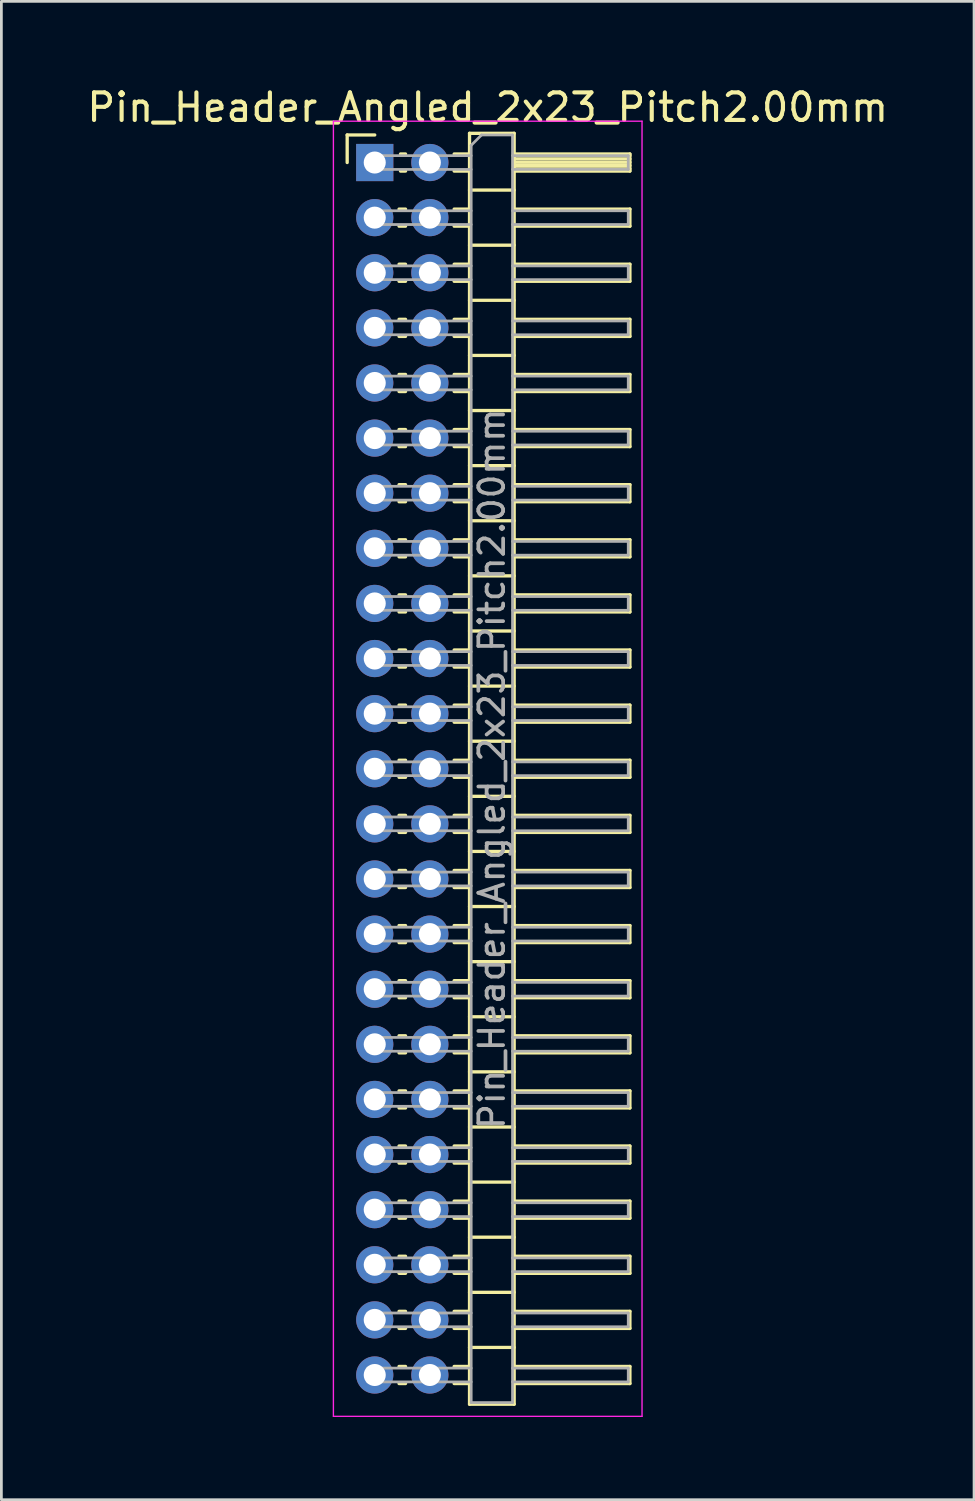
<source format=kicad_pcb>
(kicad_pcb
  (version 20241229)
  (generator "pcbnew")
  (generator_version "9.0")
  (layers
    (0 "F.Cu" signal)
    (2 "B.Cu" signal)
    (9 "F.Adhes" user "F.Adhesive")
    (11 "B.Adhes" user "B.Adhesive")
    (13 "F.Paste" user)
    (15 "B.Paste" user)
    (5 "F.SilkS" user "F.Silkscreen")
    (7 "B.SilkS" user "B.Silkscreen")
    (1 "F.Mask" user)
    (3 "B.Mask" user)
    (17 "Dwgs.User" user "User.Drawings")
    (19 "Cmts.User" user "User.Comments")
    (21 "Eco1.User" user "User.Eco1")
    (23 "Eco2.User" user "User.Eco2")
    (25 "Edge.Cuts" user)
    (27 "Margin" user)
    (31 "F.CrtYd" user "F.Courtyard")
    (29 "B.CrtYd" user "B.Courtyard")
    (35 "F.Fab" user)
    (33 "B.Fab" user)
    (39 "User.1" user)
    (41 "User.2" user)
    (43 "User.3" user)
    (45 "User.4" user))
  (footprint "Pin_Header_Angled_2x23_Pitch2.00mm"
    (layer "F.Cu")
    (at 10.549 2.848)
    (property "Reference" "Pin_Header_Angled_2x23_Pitch2.00mm" (at 4.1 -2 0) (layer "F.SilkS") (effects (font (size 1 1) (thickness 0.15))))
    (attr through_hole)
    (fp_line (start -1 -1) (end 0 -1) (stroke (width 0.12) (type solid)) (layer "F.SilkS"))
    (fp_line (start -1 0) (end -1 -1) (stroke (width 0.12) (type solid)) (layer "F.SilkS"))
    (fp_line (start 0.882 1.69) (end 1.118 1.69) (stroke (width 0.12) (type solid)) (layer "F.SilkS"))
    (fp_line (start 0.882 2.31) (end 1.118 2.31) (stroke (width 0.12) (type solid)) (layer "F.SilkS"))
    (fp_line (start 0.882 3.69) (end 1.118 3.69) (stroke (width 0.12) (type solid)) (layer "F.SilkS"))
    (fp_line (start 0.882 4.31) (end 1.118 4.31) (stroke (width 0.12) (type solid)) (layer "F.SilkS"))
    (fp_line (start 0.882 5.69) (end 1.118 5.69) (stroke (width 0.12) (type solid)) (layer "F.SilkS"))
    (fp_line (start 0.882 6.31) (end 1.118 6.31) (stroke (width 0.12) (type solid)) (layer "F.SilkS"))
    (fp_line (start 0.882 7.69) (end 1.118 7.69) (stroke (width 0.12) (type solid)) (layer "F.SilkS"))
    (fp_line (start 0.882 8.31) (end 1.118 8.31) (stroke (width 0.12) (type solid)) (layer "F.SilkS"))
    (fp_line (start 0.882 9.69) (end 1.118 9.69) (stroke (width 0.12) (type solid)) (layer "F.SilkS"))
    (fp_line (start 0.882 10.31) (end 1.118 10.31) (stroke (width 0.12) (type solid)) (layer "F.SilkS"))
    (fp_line (start 0.882 11.69) (end 1.118 11.69) (stroke (width 0.12) (type solid)) (layer "F.SilkS"))
    (fp_line (start 0.882 12.31) (end 1.118 12.31) (stroke (width 0.12) (type solid)) (layer "F.SilkS"))
    (fp_line (start 0.882 13.69) (end 1.118 13.69) (stroke (width 0.12) (type solid)) (layer "F.SilkS"))
    (fp_line (start 0.882 14.31) (end 1.118 14.31) (stroke (width 0.12) (type solid)) (layer "F.SilkS"))
    (fp_line (start 0.882 15.69) (end 1.118 15.69) (stroke (width 0.12) (type solid)) (layer "F.SilkS"))
    (fp_line (start 0.882 16.31) (end 1.118 16.31) (stroke (width 0.12) (type solid)) (layer "F.SilkS"))
    (fp_line (start 0.882 17.69) (end 1.118 17.69) (stroke (width 0.12) (type solid)) (layer "F.SilkS"))
    (fp_line (start 0.882 18.31) (end 1.118 18.31) (stroke (width 0.12) (type solid)) (layer "F.SilkS"))
    (fp_line (start 0.882 19.69) (end 1.118 19.69) (stroke (width 0.12) (type solid)) (layer "F.SilkS"))
    (fp_line (start 0.882 20.31) (end 1.118 20.31) (stroke (width 0.12) (type solid)) (layer "F.SilkS"))
    (fp_line (start 0.882 21.69) (end 1.118 21.69) (stroke (width 0.12) (type solid)) (layer "F.SilkS"))
    (fp_line (start 0.882 22.31) (end 1.118 22.31) (stroke (width 0.12) (type solid)) (layer "F.SilkS"))
    (fp_line (start 0.882 23.69) (end 1.118 23.69) (stroke (width 0.12) (type solid)) (layer "F.SilkS"))
    (fp_line (start 0.882 24.31) (end 1.118 24.31) (stroke (width 0.12) (type solid)) (layer "F.SilkS"))
    (fp_line (start 0.882 25.69) (end 1.118 25.69) (stroke (width 0.12) (type solid)) (layer "F.SilkS"))
    (fp_line (start 0.882 26.31) (end 1.118 26.31) (stroke (width 0.12) (type solid)) (layer "F.SilkS"))
    (fp_line (start 0.882 27.69) (end 1.118 27.69) (stroke (width 0.12) (type solid)) (layer "F.SilkS"))
    (fp_line (start 0.882 28.31) (end 1.118 28.31) (stroke (width 0.12) (type solid)) (layer "F.SilkS"))
    (fp_line (start 0.882 29.69) (end 1.118 29.69) (stroke (width 0.12) (type solid)) (layer "F.SilkS"))
    (fp_line (start 0.882 30.31) (end 1.118 30.31) (stroke (width 0.12) (type solid)) (layer "F.SilkS"))
    (fp_line (start 0.882 31.69) (end 1.118 31.69) (stroke (width 0.12) (type solid)) (layer "F.SilkS"))
    (fp_line (start 0.882 32.31) (end 1.118 32.31) (stroke (width 0.12) (type solid)) (layer "F.SilkS"))
    (fp_line (start 0.882 33.69) (end 1.118 33.69) (stroke (width 0.12) (type solid)) (layer "F.SilkS"))
    (fp_line (start 0.882 34.31) (end 1.118 34.31) (stroke (width 0.12) (type solid)) (layer "F.SilkS"))
    (fp_line (start 0.882 35.69) (end 1.118 35.69) (stroke (width 0.12) (type solid)) (layer "F.SilkS"))
    (fp_line (start 0.882 36.31) (end 1.118 36.31) (stroke (width 0.12) (type solid)) (layer "F.SilkS"))
    (fp_line (start 0.882 37.69) (end 1.118 37.69) (stroke (width 0.12) (type solid)) (layer "F.SilkS"))
    (fp_line (start 0.882 38.31) (end 1.118 38.31) (stroke (width 0.12) (type solid)) (layer "F.SilkS"))
    (fp_line (start 0.882 39.69) (end 1.118 39.69) (stroke (width 0.12) (type solid)) (layer "F.SilkS"))
    (fp_line (start 0.882 40.31) (end 1.118 40.31) (stroke (width 0.12) (type solid)) (layer "F.SilkS"))
    (fp_line (start 0.882 41.69) (end 1.118 41.69) (stroke (width 0.12) (type solid)) (layer "F.SilkS"))
    (fp_line (start 0.882 42.31) (end 1.118 42.31) (stroke (width 0.12) (type solid)) (layer "F.SilkS"))
    (fp_line (start 0.882 43.69) (end 1.118 43.69) (stroke (width 0.12) (type solid)) (layer "F.SilkS"))
    (fp_line (start 0.882 44.31) (end 1.118 44.31) (stroke (width 0.12) (type solid)) (layer "F.SilkS"))
    (fp_line (start 0.935 -0.31) (end 1.118 -0.31) (stroke (width 0.12) (type solid)) (layer "F.SilkS"))
    (fp_line (start 0.935 0.31) (end 1.118 0.31) (stroke (width 0.12) (type solid)) (layer "F.SilkS"))
    (fp_line (start 2.882 -0.31) (end 3.44 -0.31) (stroke (width 0.12) (type solid)) (layer "F.SilkS"))
    (fp_line (start 2.882 0.31) (end 3.44 0.31) (stroke (width 0.12) (type solid)) (layer "F.SilkS"))
    (fp_line (start 2.882 1.69) (end 3.44 1.69) (stroke (width 0.12) (type solid)) (layer "F.SilkS"))
    (fp_line (start 2.882 2.31) (end 3.44 2.31) (stroke (width 0.12) (type solid)) (layer "F.SilkS"))
    (fp_line (start 2.882 3.69) (end 3.44 3.69) (stroke (width 0.12) (type solid)) (layer "F.SilkS"))
    (fp_line (start 2.882 4.31) (end 3.44 4.31) (stroke (width 0.12) (type solid)) (layer "F.SilkS"))
    (fp_line (start 2.882 5.69) (end 3.44 5.69) (stroke (width 0.12) (type solid)) (layer "F.SilkS"))
    (fp_line (start 2.882 6.31) (end 3.44 6.31) (stroke (width 0.12) (type solid)) (layer "F.SilkS"))
    (fp_line (start 2.882 7.69) (end 3.44 7.69) (stroke (width 0.12) (type solid)) (layer "F.SilkS"))
    (fp_line (start 2.882 8.31) (end 3.44 8.31) (stroke (width 0.12) (type solid)) (layer "F.SilkS"))
    (fp_line (start 2.882 9.69) (end 3.44 9.69) (stroke (width 0.12) (type solid)) (layer "F.SilkS"))
    (fp_line (start 2.882 10.31) (end 3.44 10.31) (stroke (width 0.12) (type solid)) (layer "F.SilkS"))
    (fp_line (start 2.882 11.69) (end 3.44 11.69) (stroke (width 0.12) (type solid)) (layer "F.SilkS"))
    (fp_line (start 2.882 12.31) (end 3.44 12.31) (stroke (width 0.12) (type solid)) (layer "F.SilkS"))
    (fp_line (start 2.882 13.69) (end 3.44 13.69) (stroke (width 0.12) (type solid)) (layer "F.SilkS"))
    (fp_line (start 2.882 14.31) (end 3.44 14.31) (stroke (width 0.12) (type solid)) (layer "F.SilkS"))
    (fp_line (start 2.882 15.69) (end 3.44 15.69) (stroke (width 0.12) (type solid)) (layer "F.SilkS"))
    (fp_line (start 2.882 16.31) (end 3.44 16.31) (stroke (width 0.12) (type solid)) (layer "F.SilkS"))
    (fp_line (start 2.882 17.69) (end 3.44 17.69) (stroke (width 0.12) (type solid)) (layer "F.SilkS"))
    (fp_line (start 2.882 18.31) (end 3.44 18.31) (stroke (width 0.12) (type solid)) (layer "F.SilkS"))
    (fp_line (start 2.882 19.69) (end 3.44 19.69) (stroke (width 0.12) (type solid)) (layer "F.SilkS"))
    (fp_line (start 2.882 20.31) (end 3.44 20.31) (stroke (width 0.12) (type solid)) (layer "F.SilkS"))
    (fp_line (start 2.882 21.69) (end 3.44 21.69) (stroke (width 0.12) (type solid)) (layer "F.SilkS"))
    (fp_line (start 2.882 22.31) (end 3.44 22.31) (stroke (width 0.12) (type solid)) (layer "F.SilkS"))
    (fp_line (start 2.882 23.69) (end 3.44 23.69) (stroke (width 0.12) (type solid)) (layer "F.SilkS"))
    (fp_line (start 2.882 24.31) (end 3.44 24.31) (stroke (width 0.12) (type solid)) (layer "F.SilkS"))
    (fp_line (start 2.882 25.69) (end 3.44 25.69) (stroke (width 0.12) (type solid)) (layer "F.SilkS"))
    (fp_line (start 2.882 26.31) (end 3.44 26.31) (stroke (width 0.12) (type solid)) (layer "F.SilkS"))
    (fp_line (start 2.882 27.69) (end 3.44 27.69) (stroke (width 0.12) (type solid)) (layer "F.SilkS"))
    (fp_line (start 2.882 28.31) (end 3.44 28.31) (stroke (width 0.12) (type solid)) (layer "F.SilkS"))
    (fp_line (start 2.882 29.69) (end 3.44 29.69) (stroke (width 0.12) (type solid)) (layer "F.SilkS"))
    (fp_line (start 2.882 30.31) (end 3.44 30.31) (stroke (width 0.12) (type solid)) (layer "F.SilkS"))
    (fp_line (start 2.882 31.69) (end 3.44 31.69) (stroke (width 0.12) (type solid)) (layer "F.SilkS"))
    (fp_line (start 2.882 32.31) (end 3.44 32.31) (stroke (width 0.12) (type solid)) (layer "F.SilkS"))
    (fp_line (start 2.882 33.69) (end 3.44 33.69) (stroke (width 0.12) (type solid)) (layer "F.SilkS"))
    (fp_line (start 2.882 34.31) (end 3.44 34.31) (stroke (width 0.12) (type solid)) (layer "F.SilkS"))
    (fp_line (start 2.882 35.69) (end 3.44 35.69) (stroke (width 0.12) (type solid)) (layer "F.SilkS"))
    (fp_line (start 2.882 36.31) (end 3.44 36.31) (stroke (width 0.12) (type solid)) (layer "F.SilkS"))
    (fp_line (start 2.882 37.69) (end 3.44 37.69) (stroke (width 0.12) (type solid)) (layer "F.SilkS"))
    (fp_line (start 2.882 38.31) (end 3.44 38.31) (stroke (width 0.12) (type solid)) (layer "F.SilkS"))
    (fp_line (start 2.882 39.69) (end 3.44 39.69) (stroke (width 0.12) (type solid)) (layer "F.SilkS"))
    (fp_line (start 2.882 40.31) (end 3.44 40.31) (stroke (width 0.12) (type solid)) (layer "F.SilkS"))
    (fp_line (start 2.882 41.69) (end 3.44 41.69) (stroke (width 0.12) (type solid)) (layer "F.SilkS"))
    (fp_line (start 2.882 42.31) (end 3.44 42.31) (stroke (width 0.12) (type solid)) (layer "F.SilkS"))
    (fp_line (start 2.882 43.69) (end 3.44 43.69) (stroke (width 0.12) (type solid)) (layer "F.SilkS"))
    (fp_line (start 2.882 44.31) (end 3.44 44.31) (stroke (width 0.12) (type solid)) (layer "F.SilkS"))
    (fp_line (start 3.44 -1.06) (end 3.44 45.06) (stroke (width 0.12) (type solid)) (layer "F.SilkS"))
    (fp_line (start 3.44 1) (end 5.06 1) (stroke (width 0.12) (type solid)) (layer "F.SilkS"))
    (fp_line (start 3.44 3) (end 5.06 3) (stroke (width 0.12) (type solid)) (layer "F.SilkS"))
    (fp_line (start 3.44 5) (end 5.06 5) (stroke (width 0.12) (type solid)) (layer "F.SilkS"))
    (fp_line (start 3.44 7) (end 5.06 7) (stroke (width 0.12) (type solid)) (layer "F.SilkS"))
    (fp_line (start 3.44 9) (end 5.06 9) (stroke (width 0.12) (type solid)) (layer "F.SilkS"))
    (fp_line (start 3.44 11) (end 5.06 11) (stroke (width 0.12) (type solid)) (layer "F.SilkS"))
    (fp_line (start 3.44 13) (end 5.06 13) (stroke (width 0.12) (type solid)) (layer "F.SilkS"))
    (fp_line (start 3.44 15) (end 5.06 15) (stroke (width 0.12) (type solid)) (layer "F.SilkS"))
    (fp_line (start 3.44 17) (end 5.06 17) (stroke (width 0.12) (type solid)) (layer "F.SilkS"))
    (fp_line (start 3.44 19) (end 5.06 19) (stroke (width 0.12) (type solid)) (layer "F.SilkS"))
    (fp_line (start 3.44 21) (end 5.06 21) (stroke (width 0.12) (type solid)) (layer "F.SilkS"))
    (fp_line (start 3.44 23) (end 5.06 23) (stroke (width 0.12) (type solid)) (layer "F.SilkS"))
    (fp_line (start 3.44 25) (end 5.06 25) (stroke (width 0.12) (type solid)) (layer "F.SilkS"))
    (fp_line (start 3.44 27) (end 5.06 27) (stroke (width 0.12) (type solid)) (layer "F.SilkS"))
    (fp_line (start 3.44 29) (end 5.06 29) (stroke (width 0.12) (type solid)) (layer "F.SilkS"))
    (fp_line (start 3.44 31) (end 5.06 31) (stroke (width 0.12) (type solid)) (layer "F.SilkS"))
    (fp_line (start 3.44 33) (end 5.06 33) (stroke (width 0.12) (type solid)) (layer "F.SilkS"))
    (fp_line (start 3.44 35) (end 5.06 35) (stroke (width 0.12) (type solid)) (layer "F.SilkS"))
    (fp_line (start 3.44 37) (end 5.06 37) (stroke (width 0.12) (type solid)) (layer "F.SilkS"))
    (fp_line (start 3.44 39) (end 5.06 39) (stroke (width 0.12) (type solid)) (layer "F.SilkS"))
    (fp_line (start 3.44 41) (end 5.06 41) (stroke (width 0.12) (type solid)) (layer "F.SilkS"))
    (fp_line (start 3.44 43) (end 5.06 43) (stroke (width 0.12) (type solid)) (layer "F.SilkS"))
    (fp_line (start 3.44 45.06) (end 5.06 45.06) (stroke (width 0.12) (type solid)) (layer "F.SilkS"))
    (fp_line (start 5.06 -1.06) (end 3.44 -1.06) (stroke (width 0.12) (type solid)) (layer "F.SilkS"))
    (fp_line (start 5.06 -0.31) (end 9.26 -0.31) (stroke (width 0.12) (type solid)) (layer "F.SilkS"))
    (fp_line (start 5.06 -0.25) (end 9.26 -0.25) (stroke (width 0.12) (type solid)) (layer "F.SilkS"))
    (fp_line (start 5.06 -0.13) (end 9.26 -0.13) (stroke (width 0.12) (type solid)) (layer "F.SilkS"))
    (fp_line (start 5.06 -0.01) (end 9.26 -0.01) (stroke (width 0.12) (type solid)) (layer "F.SilkS"))
    (fp_line (start 5.06 0.11) (end 9.26 0.11) (stroke (width 0.12) (type solid)) (layer "F.SilkS"))
    (fp_line (start 5.06 0.23) (end 9.26 0.23) (stroke (width 0.12) (type solid)) (layer "F.SilkS"))
    (fp_line (start 5.06 1.69) (end 9.26 1.69) (stroke (width 0.12) (type solid)) (layer "F.SilkS"))
    (fp_line (start 5.06 3.69) (end 9.26 3.69) (stroke (width 0.12) (type solid)) (layer "F.SilkS"))
    (fp_line (start 5.06 5.69) (end 9.26 5.69) (stroke (width 0.12) (type solid)) (layer "F.SilkS"))
    (fp_line (start 5.06 7.69) (end 9.26 7.69) (stroke (width 0.12) (type solid)) (layer "F.SilkS"))
    (fp_line (start 5.06 9.69) (end 9.26 9.69) (stroke (width 0.12) (type solid)) (layer "F.SilkS"))
    (fp_line (start 5.06 11.69) (end 9.26 11.69) (stroke (width 0.12) (type solid)) (layer "F.SilkS"))
    (fp_line (start 5.06 13.69) (end 9.26 13.69) (stroke (width 0.12) (type solid)) (layer "F.SilkS"))
    (fp_line (start 5.06 15.69) (end 9.26 15.69) (stroke (width 0.12) (type solid)) (layer "F.SilkS"))
    (fp_line (start 5.06 17.69) (end 9.26 17.69) (stroke (width 0.12) (type solid)) (layer "F.SilkS"))
    (fp_line (start 5.06 19.69) (end 9.26 19.69) (stroke (width 0.12) (type solid)) (layer "F.SilkS"))
    (fp_line (start 5.06 21.69) (end 9.26 21.69) (stroke (width 0.12) (type solid)) (layer "F.SilkS"))
    (fp_line (start 5.06 23.69) (end 9.26 23.69) (stroke (width 0.12) (type solid)) (layer "F.SilkS"))
    (fp_line (start 5.06 25.69) (end 9.26 25.69) (stroke (width 0.12) (type solid)) (layer "F.SilkS"))
    (fp_line (start 5.06 27.69) (end 9.26 27.69) (stroke (width 0.12) (type solid)) (layer "F.SilkS"))
    (fp_line (start 5.06 29.69) (end 9.26 29.69) (stroke (width 0.12) (type solid)) (layer "F.SilkS"))
    (fp_line (start 5.06 31.69) (end 9.26 31.69) (stroke (width 0.12) (type solid)) (layer "F.SilkS"))
    (fp_line (start 5.06 33.69) (end 9.26 33.69) (stroke (width 0.12) (type solid)) (layer "F.SilkS"))
    (fp_line (start 5.06 35.69) (end 9.26 35.69) (stroke (width 0.12) (type solid)) (layer "F.SilkS"))
    (fp_line (start 5.06 37.69) (end 9.26 37.69) (stroke (width 0.12) (type solid)) (layer "F.SilkS"))
    (fp_line (start 5.06 39.69) (end 9.26 39.69) (stroke (width 0.12) (type solid)) (layer "F.SilkS"))
    (fp_line (start 5.06 41.69) (end 9.26 41.69) (stroke (width 0.12) (type solid)) (layer "F.SilkS"))
    (fp_line (start 5.06 43.69) (end 9.26 43.69) (stroke (width 0.12) (type solid)) (layer "F.SilkS"))
    (fp_line (start 5.06 45.06) (end 5.06 -1.06) (stroke (width 0.12) (type solid)) (layer "F.SilkS"))
    (fp_line (start 9.26 -0.31) (end 9.26 0.31) (stroke (width 0.12) (type solid)) (layer "F.SilkS"))
    (fp_line (start 9.26 0.31) (end 5.06 0.31) (stroke (width 0.12) (type solid)) (layer "F.SilkS"))
    (fp_line (start 9.26 1.69) (end 9.26 2.31) (stroke (width 0.12) (type solid)) (layer "F.SilkS"))
    (fp_line (start 9.26 2.31) (end 5.06 2.31) (stroke (width 0.12) (type solid)) (layer "F.SilkS"))
    (fp_line (start 9.26 3.69) (end 9.26 4.31) (stroke (width 0.12) (type solid)) (layer "F.SilkS"))
    (fp_line (start 9.26 4.31) (end 5.06 4.31) (stroke (width 0.12) (type solid)) (layer "F.SilkS"))
    (fp_line (start 9.26 5.69) (end 9.26 6.31) (stroke (width 0.12) (type solid)) (layer "F.SilkS"))
    (fp_line (start 9.26 6.31) (end 5.06 6.31) (stroke (width 0.12) (type solid)) (layer "F.SilkS"))
    (fp_line (start 9.26 7.69) (end 9.26 8.31) (stroke (width 0.12) (type solid)) (layer "F.SilkS"))
    (fp_line (start 9.26 8.31) (end 5.06 8.31) (stroke (width 0.12) (type solid)) (layer "F.SilkS"))
    (fp_line (start 9.26 9.69) (end 9.26 10.31) (stroke (width 0.12) (type solid)) (layer "F.SilkS"))
    (fp_line (start 9.26 10.31) (end 5.06 10.31) (stroke (width 0.12) (type solid)) (layer "F.SilkS"))
    (fp_line (start 9.26 11.69) (end 9.26 12.31) (stroke (width 0.12) (type solid)) (layer "F.SilkS"))
    (fp_line (start 9.26 12.31) (end 5.06 12.31) (stroke (width 0.12) (type solid)) (layer "F.SilkS"))
    (fp_line (start 9.26 13.69) (end 9.26 14.31) (stroke (width 0.12) (type solid)) (layer "F.SilkS"))
    (fp_line (start 9.26 14.31) (end 5.06 14.31) (stroke (width 0.12) (type solid)) (layer "F.SilkS"))
    (fp_line (start 9.26 15.69) (end 9.26 16.31) (stroke (width 0.12) (type solid)) (layer "F.SilkS"))
    (fp_line (start 9.26 16.31) (end 5.06 16.31) (stroke (width 0.12) (type solid)) (layer "F.SilkS"))
    (fp_line (start 9.26 17.69) (end 9.26 18.31) (stroke (width 0.12) (type solid)) (layer "F.SilkS"))
    (fp_line (start 9.26 18.31) (end 5.06 18.31) (stroke (width 0.12) (type solid)) (layer "F.SilkS"))
    (fp_line (start 9.26 19.69) (end 9.26 20.31) (stroke (width 0.12) (type solid)) (layer "F.SilkS"))
    (fp_line (start 9.26 20.31) (end 5.06 20.31) (stroke (width 0.12) (type solid)) (layer "F.SilkS"))
    (fp_line (start 9.26 21.69) (end 9.26 22.31) (stroke (width 0.12) (type solid)) (layer "F.SilkS"))
    (fp_line (start 9.26 22.31) (end 5.06 22.31) (stroke (width 0.12) (type solid)) (layer "F.SilkS"))
    (fp_line (start 9.26 23.69) (end 9.26 24.31) (stroke (width 0.12) (type solid)) (layer "F.SilkS"))
    (fp_line (start 9.26 24.31) (end 5.06 24.31) (stroke (width 0.12) (type solid)) (layer "F.SilkS"))
    (fp_line (start 9.26 25.69) (end 9.26 26.31) (stroke (width 0.12) (type solid)) (layer "F.SilkS"))
    (fp_line (start 9.26 26.31) (end 5.06 26.31) (stroke (width 0.12) (type solid)) (layer "F.SilkS"))
    (fp_line (start 9.26 27.69) (end 9.26 28.31) (stroke (width 0.12) (type solid)) (layer "F.SilkS"))
    (fp_line (start 9.26 28.31) (end 5.06 28.31) (stroke (width 0.12) (type solid)) (layer "F.SilkS"))
    (fp_line (start 9.26 29.69) (end 9.26 30.31) (stroke (width 0.12) (type solid)) (layer "F.SilkS"))
    (fp_line (start 9.26 30.31) (end 5.06 30.31) (stroke (width 0.12) (type solid)) (layer "F.SilkS"))
    (fp_line (start 9.26 31.69) (end 9.26 32.31) (stroke (width 0.12) (type solid)) (layer "F.SilkS"))
    (fp_line (start 9.26 32.31) (end 5.06 32.31) (stroke (width 0.12) (type solid)) (layer "F.SilkS"))
    (fp_line (start 9.26 33.69) (end 9.26 34.31) (stroke (width 0.12) (type solid)) (layer "F.SilkS"))
    (fp_line (start 9.26 34.31) (end 5.06 34.31) (stroke (width 0.12) (type solid)) (layer "F.SilkS"))
    (fp_line (start 9.26 35.69) (end 9.26 36.31) (stroke (width 0.12) (type solid)) (layer "F.SilkS"))
    (fp_line (start 9.26 36.31) (end 5.06 36.31) (stroke (width 0.12) (type solid)) (layer "F.SilkS"))
    (fp_line (start 9.26 37.69) (end 9.26 38.31) (stroke (width 0.12) (type solid)) (layer "F.SilkS"))
    (fp_line (start 9.26 38.31) (end 5.06 38.31) (stroke (width 0.12) (type solid)) (layer "F.SilkS"))
    (fp_line (start 9.26 39.69) (end 9.26 40.31) (stroke (width 0.12) (type solid)) (layer "F.SilkS"))
    (fp_line (start 9.26 40.31) (end 5.06 40.31) (stroke (width 0.12) (type solid)) (layer "F.SilkS"))
    (fp_line (start 9.26 41.69) (end 9.26 42.31) (stroke (width 0.12) (type solid)) (layer "F.SilkS"))
    (fp_line (start 9.26 42.31) (end 5.06 42.31) (stroke (width 0.12) (type solid)) (layer "F.SilkS"))
    (fp_line (start 9.26 43.69) (end 9.26 44.31) (stroke (width 0.12) (type solid)) (layer "F.SilkS"))
    (fp_line (start 9.26 44.31) (end 5.06 44.31) (stroke (width 0.12) (type solid)) (layer "F.SilkS"))
    (fp_line (start -1.5 -1.5) (end -1.5 45.5) (stroke (width 0.05) (type solid)) (layer "F.CrtYd"))
    (fp_line (start -1.5 45.5) (end 9.7 45.5) (stroke (width 0.05) (type solid)) (layer "F.CrtYd"))
    (fp_line (start 9.7 -1.5) (end -1.5 -1.5) (stroke (width 0.05) (type solid)) (layer "F.CrtYd"))
    (fp_line (start 9.7 45.5) (end 9.7 -1.5) (stroke (width 0.05) (type solid)) (layer "F.CrtYd"))
    (fp_line (start -0.25 -0.25) (end -0.25 0.25) (stroke (width 0.1) (type solid)) (layer "F.Fab"))
    (fp_line (start -0.25 -0.25) (end 3.5 -0.25) (stroke (width 0.1) (type solid)) (layer "F.Fab"))
    (fp_line (start -0.25 0.25) (end 3.5 0.25) (stroke (width 0.1) (type solid)) (layer "F.Fab"))
    (fp_line (start -0.25 1.75) (end -0.25 2.25) (stroke (width 0.1) (type solid)) (layer "F.Fab"))
    (fp_line (start -0.25 1.75) (end 3.5 1.75) (stroke (width 0.1) (type solid)) (layer "F.Fab"))
    (fp_line (start -0.25 2.25) (end 3.5 2.25) (stroke (width 0.1) (type solid)) (layer "F.Fab"))
    (fp_line (start -0.25 3.75) (end -0.25 4.25) (stroke (width 0.1) (type solid)) (layer "F.Fab"))
    (fp_line (start -0.25 3.75) (end 3.5 3.75) (stroke (width 0.1) (type solid)) (layer "F.Fab"))
    (fp_line (start -0.25 4.25) (end 3.5 4.25) (stroke (width 0.1) (type solid)) (layer "F.Fab"))
    (fp_line (start -0.25 5.75) (end -0.25 6.25) (stroke (width 0.1) (type solid)) (layer "F.Fab"))
    (fp_line (start -0.25 5.75) (end 3.5 5.75) (stroke (width 0.1) (type solid)) (layer "F.Fab"))
    (fp_line (start -0.25 6.25) (end 3.5 6.25) (stroke (width 0.1) (type solid)) (layer "F.Fab"))
    (fp_line (start -0.25 7.75) (end -0.25 8.25) (stroke (width 0.1) (type solid)) (layer "F.Fab"))
    (fp_line (start -0.25 7.75) (end 3.5 7.75) (stroke (width 0.1) (type solid)) (layer "F.Fab"))
    (fp_line (start -0.25 8.25) (end 3.5 8.25) (stroke (width 0.1) (type solid)) (layer "F.Fab"))
    (fp_line (start -0.25 9.75) (end -0.25 10.25) (stroke (width 0.1) (type solid)) (layer "F.Fab"))
    (fp_line (start -0.25 9.75) (end 3.5 9.75) (stroke (width 0.1) (type solid)) (layer "F.Fab"))
    (fp_line (start -0.25 10.25) (end 3.5 10.25) (stroke (width 0.1) (type solid)) (layer "F.Fab"))
    (fp_line (start -0.25 11.75) (end -0.25 12.25) (stroke (width 0.1) (type solid)) (layer "F.Fab"))
    (fp_line (start -0.25 11.75) (end 3.5 11.75) (stroke (width 0.1) (type solid)) (layer "F.Fab"))
    (fp_line (start -0.25 12.25) (end 3.5 12.25) (stroke (width 0.1) (type solid)) (layer "F.Fab"))
    (fp_line (start -0.25 13.75) (end -0.25 14.25) (stroke (width 0.1) (type solid)) (layer "F.Fab"))
    (fp_line (start -0.25 13.75) (end 3.5 13.75) (stroke (width 0.1) (type solid)) (layer "F.Fab"))
    (fp_line (start -0.25 14.25) (end 3.5 14.25) (stroke (width 0.1) (type solid)) (layer "F.Fab"))
    (fp_line (start -0.25 15.75) (end -0.25 16.25) (stroke (width 0.1) (type solid)) (layer "F.Fab"))
    (fp_line (start -0.25 15.75) (end 3.5 15.75) (stroke (width 0.1) (type solid)) (layer "F.Fab"))
    (fp_line (start -0.25 16.25) (end 3.5 16.25) (stroke (width 0.1) (type solid)) (layer "F.Fab"))
    (fp_line (start -0.25 17.75) (end -0.25 18.25) (stroke (width 0.1) (type solid)) (layer "F.Fab"))
    (fp_line (start -0.25 17.75) (end 3.5 17.75) (stroke (width 0.1) (type solid)) (layer "F.Fab"))
    (fp_line (start -0.25 18.25) (end 3.5 18.25) (stroke (width 0.1) (type solid)) (layer "F.Fab"))
    (fp_line (start -0.25 19.75) (end -0.25 20.25) (stroke (width 0.1) (type solid)) (layer "F.Fab"))
    (fp_line (start -0.25 19.75) (end 3.5 19.75) (stroke (width 0.1) (type solid)) (layer "F.Fab"))
    (fp_line (start -0.25 20.25) (end 3.5 20.25) (stroke (width 0.1) (type solid)) (layer "F.Fab"))
    (fp_line (start -0.25 21.75) (end -0.25 22.25) (stroke (width 0.1) (type solid)) (layer "F.Fab"))
    (fp_line (start -0.25 21.75) (end 3.5 21.75) (stroke (width 0.1) (type solid)) (layer "F.Fab"))
    (fp_line (start -0.25 22.25) (end 3.5 22.25) (stroke (width 0.1) (type solid)) (layer "F.Fab"))
    (fp_line (start -0.25 23.75) (end -0.25 24.25) (stroke (width 0.1) (type solid)) (layer "F.Fab"))
    (fp_line (start -0.25 23.75) (end 3.5 23.75) (stroke (width 0.1) (type solid)) (layer "F.Fab"))
    (fp_line (start -0.25 24.25) (end 3.5 24.25) (stroke (width 0.1) (type solid)) (layer "F.Fab"))
    (fp_line (start -0.25 25.75) (end -0.25 26.25) (stroke (width 0.1) (type solid)) (layer "F.Fab"))
    (fp_line (start -0.25 25.75) (end 3.5 25.75) (stroke (width 0.1) (type solid)) (layer "F.Fab"))
    (fp_line (start -0.25 26.25) (end 3.5 26.25) (stroke (width 0.1) (type solid)) (layer "F.Fab"))
    (fp_line (start -0.25 27.75) (end -0.25 28.25) (stroke (width 0.1) (type solid)) (layer "F.Fab"))
    (fp_line (start -0.25 27.75) (end 3.5 27.75) (stroke (width 0.1) (type solid)) (layer "F.Fab"))
    (fp_line (start -0.25 28.25) (end 3.5 28.25) (stroke (width 0.1) (type solid)) (layer "F.Fab"))
    (fp_line (start -0.25 29.75) (end -0.25 30.25) (stroke (width 0.1) (type solid)) (layer "F.Fab"))
    (fp_line (start -0.25 29.75) (end 3.5 29.75) (stroke (width 0.1) (type solid)) (layer "F.Fab"))
    (fp_line (start -0.25 30.25) (end 3.5 30.25) (stroke (width 0.1) (type solid)) (layer "F.Fab"))
    (fp_line (start -0.25 31.75) (end -0.25 32.25) (stroke (width 0.1) (type solid)) (layer "F.Fab"))
    (fp_line (start -0.25 31.75) (end 3.5 31.75) (stroke (width 0.1) (type solid)) (layer "F.Fab"))
    (fp_line (start -0.25 32.25) (end 3.5 32.25) (stroke (width 0.1) (type solid)) (layer "F.Fab"))
    (fp_line (start -0.25 33.75) (end -0.25 34.25) (stroke (width 0.1) (type solid)) (layer "F.Fab"))
    (fp_line (start -0.25 33.75) (end 3.5 33.75) (stroke (width 0.1) (type solid)) (layer "F.Fab"))
    (fp_line (start -0.25 34.25) (end 3.5 34.25) (stroke (width 0.1) (type solid)) (layer "F.Fab"))
    (fp_line (start -0.25 35.75) (end -0.25 36.25) (stroke (width 0.1) (type solid)) (layer "F.Fab"))
    (fp_line (start -0.25 35.75) (end 3.5 35.75) (stroke (width 0.1) (type solid)) (layer "F.Fab"))
    (fp_line (start -0.25 36.25) (end 3.5 36.25) (stroke (width 0.1) (type solid)) (layer "F.Fab"))
    (fp_line (start -0.25 37.75) (end -0.25 38.25) (stroke (width 0.1) (type solid)) (layer "F.Fab"))
    (fp_line (start -0.25 37.75) (end 3.5 37.75) (stroke (width 0.1) (type solid)) (layer "F.Fab"))
    (fp_line (start -0.25 38.25) (end 3.5 38.25) (stroke (width 0.1) (type solid)) (layer "F.Fab"))
    (fp_line (start -0.25 39.75) (end -0.25 40.25) (stroke (width 0.1) (type solid)) (layer "F.Fab"))
    (fp_line (start -0.25 39.75) (end 3.5 39.75) (stroke (width 0.1) (type solid)) (layer "F.Fab"))
    (fp_line (start -0.25 40.25) (end 3.5 40.25) (stroke (width 0.1) (type solid)) (layer "F.Fab"))
    (fp_line (start -0.25 41.75) (end -0.25 42.25) (stroke (width 0.1) (type solid)) (layer "F.Fab"))
    (fp_line (start -0.25 41.75) (end 3.5 41.75) (stroke (width 0.1) (type solid)) (layer "F.Fab"))
    (fp_line (start -0.25 42.25) (end 3.5 42.25) (stroke (width 0.1) (type solid)) (layer "F.Fab"))
    (fp_line (start -0.25 43.75) (end -0.25 44.25) (stroke (width 0.1) (type solid)) (layer "F.Fab"))
    (fp_line (start -0.25 43.75) (end 3.5 43.75) (stroke (width 0.1) (type solid)) (layer "F.Fab"))
    (fp_line (start -0.25 44.25) (end 3.5 44.25) (stroke (width 0.1) (type solid)) (layer "F.Fab"))
    (fp_line (start 3.5 -0.625) (end 3.875 -1) (stroke (width 0.1) (type solid)) (layer "F.Fab"))
    (fp_line (start 3.5 45) (end 3.5 -0.625) (stroke (width 0.1) (type solid)) (layer "F.Fab"))
    (fp_line (start 3.875 -1) (end 5 -1) (stroke (width 0.1) (type solid)) (layer "F.Fab"))
    (fp_line (start 5 -1) (end 5 45) (stroke (width 0.1) (type solid)) (layer "F.Fab"))
    (fp_line (start 5 -0.25) (end 9.2 -0.25) (stroke (width 0.1) (type solid)) (layer "F.Fab"))
    (fp_line (start 5 0.25) (end 9.2 0.25) (stroke (width 0.1) (type solid)) (layer "F.Fab"))
    (fp_line (start 5 1.75) (end 9.2 1.75) (stroke (width 0.1) (type solid)) (layer "F.Fab"))
    (fp_line (start 5 2.25) (end 9.2 2.25) (stroke (width 0.1) (type solid)) (layer "F.Fab"))
    (fp_line (start 5 3.75) (end 9.2 3.75) (stroke (width 0.1) (type solid)) (layer "F.Fab"))
    (fp_line (start 5 4.25) (end 9.2 4.25) (stroke (width 0.1) (type solid)) (layer "F.Fab"))
    (fp_line (start 5 5.75) (end 9.2 5.75) (stroke (width 0.1) (type solid)) (layer "F.Fab"))
    (fp_line (start 5 6.25) (end 9.2 6.25) (stroke (width 0.1) (type solid)) (layer "F.Fab"))
    (fp_line (start 5 7.75) (end 9.2 7.75) (stroke (width 0.1) (type solid)) (layer "F.Fab"))
    (fp_line (start 5 8.25) (end 9.2 8.25) (stroke (width 0.1) (type solid)) (layer "F.Fab"))
    (fp_line (start 5 9.75) (end 9.2 9.75) (stroke (width 0.1) (type solid)) (layer "F.Fab"))
    (fp_line (start 5 10.25) (end 9.2 10.25) (stroke (width 0.1) (type solid)) (layer "F.Fab"))
    (fp_line (start 5 11.75) (end 9.2 11.75) (stroke (width 0.1) (type solid)) (layer "F.Fab"))
    (fp_line (start 5 12.25) (end 9.2 12.25) (stroke (width 0.1) (type solid)) (layer "F.Fab"))
    (fp_line (start 5 13.75) (end 9.2 13.75) (stroke (width 0.1) (type solid)) (layer "F.Fab"))
    (fp_line (start 5 14.25) (end 9.2 14.25) (stroke (width 0.1) (type solid)) (layer "F.Fab"))
    (fp_line (start 5 15.75) (end 9.2 15.75) (stroke (width 0.1) (type solid)) (layer "F.Fab"))
    (fp_line (start 5 16.25) (end 9.2 16.25) (stroke (width 0.1) (type solid)) (layer "F.Fab"))
    (fp_line (start 5 17.75) (end 9.2 17.75) (stroke (width 0.1) (type solid)) (layer "F.Fab"))
    (fp_line (start 5 18.25) (end 9.2 18.25) (stroke (width 0.1) (type solid)) (layer "F.Fab"))
    (fp_line (start 5 19.75) (end 9.2 19.75) (stroke (width 0.1) (type solid)) (layer "F.Fab"))
    (fp_line (start 5 20.25) (end 9.2 20.25) (stroke (width 0.1) (type solid)) (layer "F.Fab"))
    (fp_line (start 5 21.75) (end 9.2 21.75) (stroke (width 0.1) (type solid)) (layer "F.Fab"))
    (fp_line (start 5 22.25) (end 9.2 22.25) (stroke (width 0.1) (type solid)) (layer "F.Fab"))
    (fp_line (start 5 23.75) (end 9.2 23.75) (stroke (width 0.1) (type solid)) (layer "F.Fab"))
    (fp_line (start 5 24.25) (end 9.2 24.25) (stroke (width 0.1) (type solid)) (layer "F.Fab"))
    (fp_line (start 5 25.75) (end 9.2 25.75) (stroke (width 0.1) (type solid)) (layer "F.Fab"))
    (fp_line (start 5 26.25) (end 9.2 26.25) (stroke (width 0.1) (type solid)) (layer "F.Fab"))
    (fp_line (start 5 27.75) (end 9.2 27.75) (stroke (width 0.1) (type solid)) (layer "F.Fab"))
    (fp_line (start 5 28.25) (end 9.2 28.25) (stroke (width 0.1) (type solid)) (layer "F.Fab"))
    (fp_line (start 5 29.75) (end 9.2 29.75) (stroke (width 0.1) (type solid)) (layer "F.Fab"))
    (fp_line (start 5 30.25) (end 9.2 30.25) (stroke (width 0.1) (type solid)) (layer "F.Fab"))
    (fp_line (start 5 31.75) (end 9.2 31.75) (stroke (width 0.1) (type solid)) (layer "F.Fab"))
    (fp_line (start 5 32.25) (end 9.2 32.25) (stroke (width 0.1) (type solid)) (layer "F.Fab"))
    (fp_line (start 5 33.75) (end 9.2 33.75) (stroke (width 0.1) (type solid)) (layer "F.Fab"))
    (fp_line (start 5 34.25) (end 9.2 34.25) (stroke (width 0.1) (type solid)) (layer "F.Fab"))
    (fp_line (start 5 35.75) (end 9.2 35.75) (stroke (width 0.1) (type solid)) (layer "F.Fab"))
    (fp_line (start 5 36.25) (end 9.2 36.25) (stroke (width 0.1) (type solid)) (layer "F.Fab"))
    (fp_line (start 5 37.75) (end 9.2 37.75) (stroke (width 0.1) (type solid)) (layer "F.Fab"))
    (fp_line (start 5 38.25) (end 9.2 38.25) (stroke (width 0.1) (type solid)) (layer "F.Fab"))
    (fp_line (start 5 39.75) (end 9.2 39.75) (stroke (width 0.1) (type solid)) (layer "F.Fab"))
    (fp_line (start 5 40.25) (end 9.2 40.25) (stroke (width 0.1) (type solid)) (layer "F.Fab"))
    (fp_line (start 5 41.75) (end 9.2 41.75) (stroke (width 0.1) (type solid)) (layer "F.Fab"))
    (fp_line (start 5 42.25) (end 9.2 42.25) (stroke (width 0.1) (type solid)) (layer "F.Fab"))
    (fp_line (start 5 43.75) (end 9.2 43.75) (stroke (width 0.1) (type solid)) (layer "F.Fab"))
    (fp_line (start 5 44.25) (end 9.2 44.25) (stroke (width 0.1) (type solid)) (layer "F.Fab"))
    (fp_line (start 5 45) (end 3.5 45) (stroke (width 0.1) (type solid)) (layer "F.Fab"))
    (fp_line (start 9.2 -0.25) (end 9.2 0.25) (stroke (width 0.1) (type solid)) (layer "F.Fab"))
    (fp_line (start 9.2 1.75) (end 9.2 2.25) (stroke (width 0.1) (type solid)) (layer "F.Fab"))
    (fp_line (start 9.2 3.75) (end 9.2 4.25) (stroke (width 0.1) (type solid)) (layer "F.Fab"))
    (fp_line (start 9.2 5.75) (end 9.2 6.25) (stroke (width 0.1) (type solid)) (layer "F.Fab"))
    (fp_line (start 9.2 7.75) (end 9.2 8.25) (stroke (width 0.1) (type solid)) (layer "F.Fab"))
    (fp_line (start 9.2 9.75) (end 9.2 10.25) (stroke (width 0.1) (type solid)) (layer "F.Fab"))
    (fp_line (start 9.2 11.75) (end 9.2 12.25) (stroke (width 0.1) (type solid)) (layer "F.Fab"))
    (fp_line (start 9.2 13.75) (end 9.2 14.25) (stroke (width 0.1) (type solid)) (layer "F.Fab"))
    (fp_line (start 9.2 15.75) (end 9.2 16.25) (stroke (width 0.1) (type solid)) (layer "F.Fab"))
    (fp_line (start 9.2 17.75) (end 9.2 18.25) (stroke (width 0.1) (type solid)) (layer "F.Fab"))
    (fp_line (start 9.2 19.75) (end 9.2 20.25) (stroke (width 0.1) (type solid)) (layer "F.Fab"))
    (fp_line (start 9.2 21.75) (end 9.2 22.25) (stroke (width 0.1) (type solid)) (layer "F.Fab"))
    (fp_line (start 9.2 23.75) (end 9.2 24.25) (stroke (width 0.1) (type solid)) (layer "F.Fab"))
    (fp_line (start 9.2 25.75) (end 9.2 26.25) (stroke (width 0.1) (type solid)) (layer "F.Fab"))
    (fp_line (start 9.2 27.75) (end 9.2 28.25) (stroke (width 0.1) (type solid)) (layer "F.Fab"))
    (fp_line (start 9.2 29.75) (end 9.2 30.25) (stroke (width 0.1) (type solid)) (layer "F.Fab"))
    (fp_line (start 9.2 31.75) (end 9.2 32.25) (stroke (width 0.1) (type solid)) (layer "F.Fab"))
    (fp_line (start 9.2 33.75) (end 9.2 34.25) (stroke (width 0.1) (type solid)) (layer "F.Fab"))
    (fp_line (start 9.2 35.75) (end 9.2 36.25) (stroke (width 0.1) (type solid)) (layer "F.Fab"))
    (fp_line (start 9.2 37.75) (end 9.2 38.25) (stroke (width 0.1) (type solid)) (layer "F.Fab"))
    (fp_line (start 9.2 39.75) (end 9.2 40.25) (stroke (width 0.1) (type solid)) (layer "F.Fab"))
    (fp_line (start 9.2 41.75) (end 9.2 42.25) (stroke (width 0.1) (type solid)) (layer "F.Fab"))
    (fp_line (start 9.2 43.75) (end 9.2 44.25) (stroke (width 0.1) (type solid)) (layer "F.Fab"))
    (fp_text user "${REFERENCE}" (at 4.25 22 90) (layer "F.Fab") (effects (font (size 0.9 0.9) (thickness 0.135))))
    (pad "1" thru_hole rect (at 0 0) (size 1.35 1.35) (drill 0.8) (layers "*.Cu" "*.Mask"))
    (pad "2" thru_hole oval (at 2 0) (size 1.35 1.35) (drill 0.8) (layers "*.Cu" "*.Mask"))
    (pad "3" thru_hole oval (at 0 2) (size 1.35 1.35) (drill 0.8) (layers "*.Cu" "*.Mask"))
    (pad "4" thru_hole oval (at 2 2) (size 1.35 1.35) (drill 0.8) (layers "*.Cu" "*.Mask"))
    (pad "5" thru_hole oval (at 0 4) (size 1.35 1.35) (drill 0.8) (layers "*.Cu" "*.Mask"))
    (pad "6" thru_hole oval (at 2 4) (size 1.35 1.35) (drill 0.8) (layers "*.Cu" "*.Mask"))
    (pad "7" thru_hole oval (at 0 6) (size 1.35 1.35) (drill 0.8) (layers "*.Cu" "*.Mask"))
    (pad "8" thru_hole oval (at 2 6) (size 1.35 1.35) (drill 0.8) (layers "*.Cu" "*.Mask"))
    (pad "9" thru_hole oval (at 0 8) (size 1.35 1.35) (drill 0.8) (layers "*.Cu" "*.Mask"))
    (pad "10" thru_hole oval (at 2 8) (size 1.35 1.35) (drill 0.8) (layers "*.Cu" "*.Mask"))
    (pad "11" thru_hole oval (at 0 10) (size 1.35 1.35) (drill 0.8) (layers "*.Cu" "*.Mask"))
    (pad "12" thru_hole oval (at 2 10) (size 1.35 1.35) (drill 0.8) (layers "*.Cu" "*.Mask"))
    (pad "13" thru_hole oval (at 0 12) (size 1.35 1.35) (drill 0.8) (layers "*.Cu" "*.Mask"))
    (pad "14" thru_hole oval (at 2 12) (size 1.35 1.35) (drill 0.8) (layers "*.Cu" "*.Mask"))
    (pad "15" thru_hole oval (at 0 14) (size 1.35 1.35) (drill 0.8) (layers "*.Cu" "*.Mask"))
    (pad "16" thru_hole oval (at 2 14) (size 1.35 1.35) (drill 0.8) (layers "*.Cu" "*.Mask"))
    (pad "17" thru_hole oval (at 0 16) (size 1.35 1.35) (drill 0.8) (layers "*.Cu" "*.Mask"))
    (pad "18" thru_hole oval (at 2 16) (size 1.35 1.35) (drill 0.8) (layers "*.Cu" "*.Mask"))
    (pad "19" thru_hole oval (at 0 18) (size 1.35 1.35) (drill 0.8) (layers "*.Cu" "*.Mask"))
    (pad "20" thru_hole oval (at 2 18) (size 1.35 1.35) (drill 0.8) (layers "*.Cu" "*.Mask"))
    (pad "21" thru_hole oval (at 0 20) (size 1.35 1.35) (drill 0.8) (layers "*.Cu" "*.Mask"))
    (pad "22" thru_hole oval (at 2 20) (size 1.35 1.35) (drill 0.8) (layers "*.Cu" "*.Mask"))
    (pad "23" thru_hole oval (at 0 22) (size 1.35 1.35) (drill 0.8) (layers "*.Cu" "*.Mask"))
    (pad "24" thru_hole oval (at 2 22) (size 1.35 1.35) (drill 0.8) (layers "*.Cu" "*.Mask"))
    (pad "25" thru_hole oval (at 0 24) (size 1.35 1.35) (drill 0.8) (layers "*.Cu" "*.Mask"))
    (pad "26" thru_hole oval (at 2 24) (size 1.35 1.35) (drill 0.8) (layers "*.Cu" "*.Mask"))
    (pad "27" thru_hole oval (at 0 26) (size 1.35 1.35) (drill 0.8) (layers "*.Cu" "*.Mask"))
    (pad "28" thru_hole oval (at 2 26) (size 1.35 1.35) (drill 0.8) (layers "*.Cu" "*.Mask"))
    (pad "29" thru_hole oval (at 0 28) (size 1.35 1.35) (drill 0.8) (layers "*.Cu" "*.Mask"))
    (pad "30" thru_hole oval (at 2 28) (size 1.35 1.35) (drill 0.8) (layers "*.Cu" "*.Mask"))
    (pad "31" thru_hole oval (at 0 30) (size 1.35 1.35) (drill 0.8) (layers "*.Cu" "*.Mask"))
    (pad "32" thru_hole oval (at 2 30) (size 1.35 1.35) (drill 0.8) (layers "*.Cu" "*.Mask"))
    (pad "33" thru_hole oval (at 0 32) (size 1.35 1.35) (drill 0.8) (layers "*.Cu" "*.Mask"))
    (pad "34" thru_hole oval (at 2 32) (size 1.35 1.35) (drill 0.8) (layers "*.Cu" "*.Mask"))
    (pad "35" thru_hole oval (at 0 34) (size 1.35 1.35) (drill 0.8) (layers "*.Cu" "*.Mask"))
    (pad "36" thru_hole oval (at 2 34) (size 1.35 1.35) (drill 0.8) (layers "*.Cu" "*.Mask"))
    (pad "37" thru_hole oval (at 0 36) (size 1.35 1.35) (drill 0.8) (layers "*.Cu" "*.Mask"))
    (pad "38" thru_hole oval (at 2 36) (size 1.35 1.35) (drill 0.8) (layers "*.Cu" "*.Mask"))
    (pad "39" thru_hole oval (at 0 38) (size 1.35 1.35) (drill 0.8) (layers "*.Cu" "*.Mask"))
    (pad "40" thru_hole oval (at 2 38) (size 1.35 1.35) (drill 0.8) (layers "*.Cu" "*.Mask"))
    (pad "41" thru_hole oval (at 0 40) (size 1.35 1.35) (drill 0.8) (layers "*.Cu" "*.Mask"))
    (pad "42" thru_hole oval (at 2 40) (size 1.35 1.35) (drill 0.8) (layers "*.Cu" "*.Mask"))
    (pad "43" thru_hole oval (at 0 42) (size 1.35 1.35) (drill 0.8) (layers "*.Cu" "*.Mask"))
    (pad "44" thru_hole oval (at 2 42) (size 1.35 1.35) (drill 0.8) (layers "*.Cu" "*.Mask"))
    (pad "45" thru_hole oval (at 0 44) (size 1.35 1.35) (drill 0.8) (layers "*.Cu" "*.Mask"))
    (pad "46" thru_hole oval (at 2 44) (size 1.35 1.35) (drill 0.8) (layers "*.Cu" "*.Mask")))
  (gr_rect
    (start -3 -3)
    (end 32.298 51.373)
    (stroke (width 0.1) (type default))
    (fill no)
    (layer "Edge.Cuts")))
</source>
